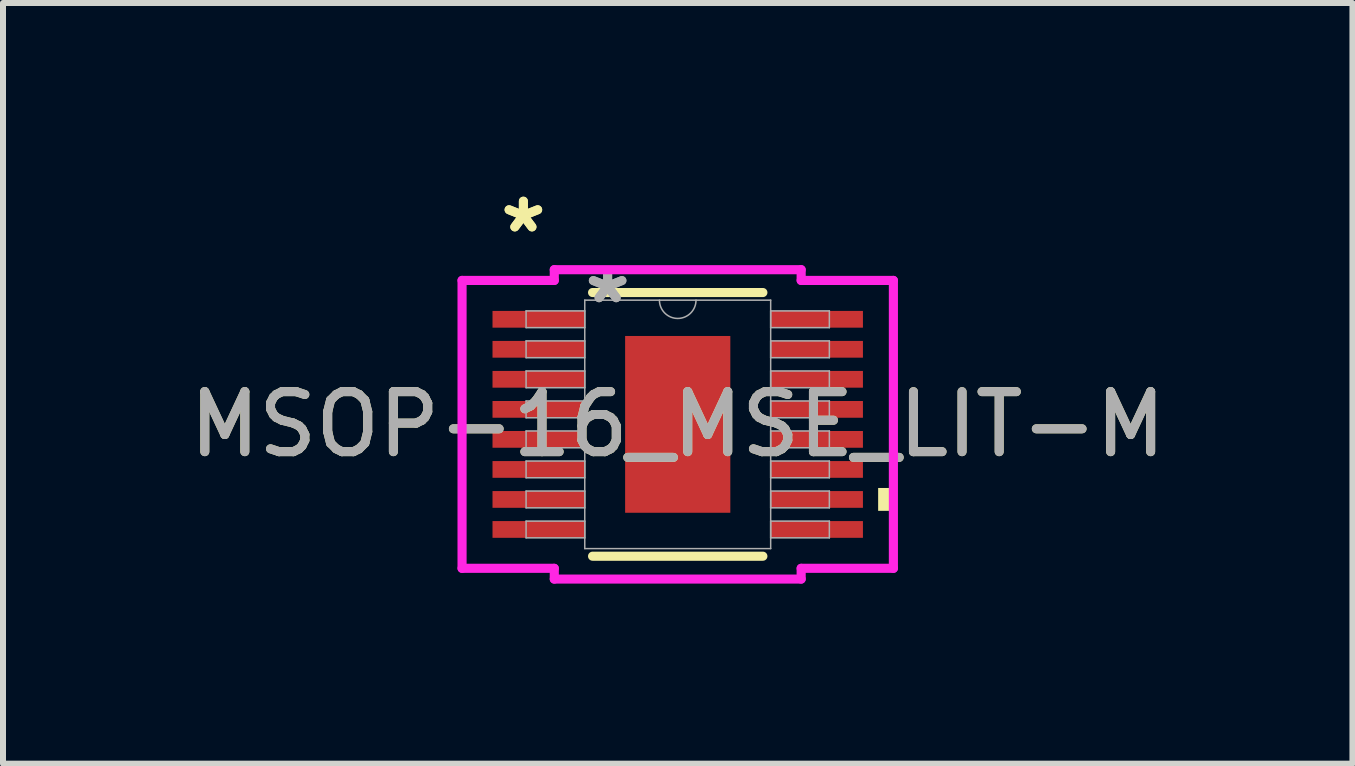
<source format=kicad_pcb>
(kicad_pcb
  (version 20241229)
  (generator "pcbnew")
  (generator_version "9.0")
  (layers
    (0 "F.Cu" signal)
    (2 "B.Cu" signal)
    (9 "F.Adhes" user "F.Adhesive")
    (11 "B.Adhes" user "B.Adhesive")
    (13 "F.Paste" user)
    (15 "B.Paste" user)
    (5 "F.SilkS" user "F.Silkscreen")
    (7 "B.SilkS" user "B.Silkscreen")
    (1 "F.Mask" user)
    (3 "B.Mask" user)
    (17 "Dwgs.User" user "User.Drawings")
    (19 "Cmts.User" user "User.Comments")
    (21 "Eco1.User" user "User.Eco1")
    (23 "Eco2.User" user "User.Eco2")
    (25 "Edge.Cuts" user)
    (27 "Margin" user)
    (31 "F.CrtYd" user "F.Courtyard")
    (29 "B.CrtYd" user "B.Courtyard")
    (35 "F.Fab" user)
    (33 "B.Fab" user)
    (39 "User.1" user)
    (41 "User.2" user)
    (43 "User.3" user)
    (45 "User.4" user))
  (footprint "MSOP-16_MSE_LIT-M"
    (layer "F.Cu")
    (at 8.244 4.022)
    (property "Reference" "MSOP-16_MSE_LIT-M" (at 0 0 0) (unlocked yes) (layer "F.SilkS") (effects (font (size 1 1) (thickness 0.15))))
    (attr smd)
    (fp_line (start -1.419 2.197) (end 1.419 2.197) (stroke (width 0.152) (type solid)) (layer "F.SilkS"))
    (fp_line (start 1.419 -2.197) (end -1.419 -2.197) (stroke (width 0.152) (type solid)) (layer "F.SilkS"))
    (fp_poly (pts (xy 3.594 1.06) (xy 3.594 1.441) (xy 3.34 1.441) (xy 3.34 1.06)) (stroke (width 0) (type solid)) (fill yes) (layer "F.SilkS"))
    (fp_poly (pts (xy -0.776 -1.373) (xy -0.776 -0.1) (xy 0.776 -0.1) (xy 0.776 -1.373)) (stroke (width 0) (type solid)) (fill yes) (layer "F.Paste"))
    (fp_poly (pts (xy -0.776 0.1) (xy -0.776 1.373) (xy 0.776 1.373) (xy 0.776 0.1)) (stroke (width 0) (type solid)) (fill yes) (layer "F.Paste"))
    (fp_line (start -3.594 -2.399) (end -2.057 -2.399) (stroke (width 0.152) (type solid)) (layer "F.CrtYd"))
    (fp_line (start -3.594 2.399) (end -3.594 -2.399) (stroke (width 0.152) (type solid)) (layer "F.CrtYd"))
    (fp_line (start -3.594 2.399) (end -2.057 2.399) (stroke (width 0.152) (type solid)) (layer "F.CrtYd"))
    (fp_line (start -2.057 -2.578) (end 2.057 -2.578) (stroke (width 0.152) (type solid)) (layer "F.CrtYd"))
    (fp_line (start -2.057 -2.399) (end -2.057 -2.578) (stroke (width 0.152) (type solid)) (layer "F.CrtYd"))
    (fp_line (start -2.057 2.578) (end -2.057 2.399) (stroke (width 0.152) (type solid)) (layer "F.CrtYd"))
    (fp_line (start 2.057 -2.578) (end 2.057 -2.399) (stroke (width 0.152) (type solid)) (layer "F.CrtYd"))
    (fp_line (start 2.057 2.399) (end 2.057 2.578) (stroke (width 0.152) (type solid)) (layer "F.CrtYd"))
    (fp_line (start 2.057 2.578) (end -2.057 2.578) (stroke (width 0.152) (type solid)) (layer "F.CrtYd"))
    (fp_line (start 3.594 -2.399) (end 2.057 -2.399) (stroke (width 0.152) (type solid)) (layer "F.CrtYd"))
    (fp_line (start 3.594 -2.399) (end 3.594 2.399) (stroke (width 0.152) (type solid)) (layer "F.CrtYd"))
    (fp_line (start 3.594 2.399) (end 2.057 2.399) (stroke (width 0.152) (type solid)) (layer "F.CrtYd"))
    (fp_line (start -2.527 -1.891) (end -2.527 -1.612) (stroke (width 0.025) (type solid)) (layer "F.Fab"))
    (fp_line (start -2.527 -1.612) (end -1.549 -1.612) (stroke (width 0.025) (type solid)) (layer "F.Fab"))
    (fp_line (start -2.527 -1.391) (end -2.527 -1.111) (stroke (width 0.025) (type solid)) (layer "F.Fab"))
    (fp_line (start -2.527 -1.111) (end -1.549 -1.111) (stroke (width 0.025) (type solid)) (layer "F.Fab"))
    (fp_line (start -2.527 -0.89) (end -2.527 -0.611) (stroke (width 0.025) (type solid)) (layer "F.Fab"))
    (fp_line (start -2.527 -0.611) (end -1.549 -0.611) (stroke (width 0.025) (type solid)) (layer "F.Fab"))
    (fp_line (start -2.527 -0.39) (end -2.527 -0.11) (stroke (width 0.025) (type solid)) (layer "F.Fab"))
    (fp_line (start -2.527 -0.11) (end -1.549 -0.11) (stroke (width 0.025) (type solid)) (layer "F.Fab"))
    (fp_line (start -2.527 0.11) (end -2.527 0.39) (stroke (width 0.025) (type solid)) (layer "F.Fab"))
    (fp_line (start -2.527 0.39) (end -1.549 0.39) (stroke (width 0.025) (type solid)) (layer "F.Fab"))
    (fp_line (start -2.527 0.611) (end -2.527 0.89) (stroke (width 0.025) (type solid)) (layer "F.Fab"))
    (fp_line (start -2.527 0.89) (end -1.549 0.89) (stroke (width 0.025) (type solid)) (layer "F.Fab"))
    (fp_line (start -2.527 1.111) (end -2.527 1.391) (stroke (width 0.025) (type solid)) (layer "F.Fab"))
    (fp_line (start -2.527 1.391) (end -1.549 1.391) (stroke (width 0.025) (type solid)) (layer "F.Fab"))
    (fp_line (start -2.527 1.612) (end -2.527 1.891) (stroke (width 0.025) (type solid)) (layer "F.Fab"))
    (fp_line (start -2.527 1.891) (end -1.549 1.891) (stroke (width 0.025) (type solid)) (layer "F.Fab"))
    (fp_line (start -1.549 -2.07) (end -1.549 2.07) (stroke (width 0.025) (type solid)) (layer "F.Fab"))
    (fp_line (start -1.549 -1.891) (end -2.527 -1.891) (stroke (width 0.025) (type solid)) (layer "F.Fab"))
    (fp_line (start -1.549 -1.612) (end -1.549 -1.891) (stroke (width 0.025) (type solid)) (layer "F.Fab"))
    (fp_line (start -1.549 -1.391) (end -2.527 -1.391) (stroke (width 0.025) (type solid)) (layer "F.Fab"))
    (fp_line (start -1.549 -1.111) (end -1.549 -1.391) (stroke (width 0.025) (type solid)) (layer "F.Fab"))
    (fp_line (start -1.549 -0.89) (end -2.527 -0.89) (stroke (width 0.025) (type solid)) (layer "F.Fab"))
    (fp_line (start -1.549 -0.611) (end -1.549 -0.89) (stroke (width 0.025) (type solid)) (layer "F.Fab"))
    (fp_line (start -1.549 -0.39) (end -2.527 -0.39) (stroke (width 0.025) (type solid)) (layer "F.Fab"))
    (fp_line (start -1.549 -0.11) (end -1.549 -0.39) (stroke (width 0.025) (type solid)) (layer "F.Fab"))
    (fp_line (start -1.549 0.11) (end -2.527 0.11) (stroke (width 0.025) (type solid)) (layer "F.Fab"))
    (fp_line (start -1.549 0.39) (end -1.549 0.11) (stroke (width 0.025) (type solid)) (layer "F.Fab"))
    (fp_line (start -1.549 0.611) (end -2.527 0.611) (stroke (width 0.025) (type solid)) (layer "F.Fab"))
    (fp_line (start -1.549 0.89) (end -1.549 0.611) (stroke (width 0.025) (type solid)) (layer "F.Fab"))
    (fp_line (start -1.549 1.111) (end -2.527 1.111) (stroke (width 0.025) (type solid)) (layer "F.Fab"))
    (fp_line (start -1.549 1.391) (end -1.549 1.111) (stroke (width 0.025) (type solid)) (layer "F.Fab"))
    (fp_line (start -1.549 1.612) (end -2.527 1.612) (stroke (width 0.025) (type solid)) (layer "F.Fab"))
    (fp_line (start -1.549 1.891) (end -1.549 1.612) (stroke (width 0.025) (type solid)) (layer "F.Fab"))
    (fp_line (start -1.549 2.07) (end 1.549 2.07) (stroke (width 0.025) (type solid)) (layer "F.Fab"))
    (fp_line (start 1.549 -2.07) (end -1.549 -2.07) (stroke (width 0.025) (type solid)) (layer "F.Fab"))
    (fp_line (start 1.549 -1.891) (end 1.549 -1.612) (stroke (width 0.025) (type solid)) (layer "F.Fab"))
    (fp_line (start 1.549 -1.612) (end 2.527 -1.612) (stroke (width 0.025) (type solid)) (layer "F.Fab"))
    (fp_line (start 1.549 -1.391) (end 1.549 -1.111) (stroke (width 0.025) (type solid)) (layer "F.Fab"))
    (fp_line (start 1.549 -1.111) (end 2.527 -1.111) (stroke (width 0.025) (type solid)) (layer "F.Fab"))
    (fp_line (start 1.549 -0.89) (end 1.549 -0.611) (stroke (width 0.025) (type solid)) (layer "F.Fab"))
    (fp_line (start 1.549 -0.611) (end 2.527 -0.611) (stroke (width 0.025) (type solid)) (layer "F.Fab"))
    (fp_line (start 1.549 -0.39) (end 1.549 -0.11) (stroke (width 0.025) (type solid)) (layer "F.Fab"))
    (fp_line (start 1.549 -0.11) (end 2.527 -0.11) (stroke (width 0.025) (type solid)) (layer "F.Fab"))
    (fp_line (start 1.549 0.11) (end 1.549 0.39) (stroke (width 0.025) (type solid)) (layer "F.Fab"))
    (fp_line (start 1.549 0.39) (end 2.527 0.39) (stroke (width 0.025) (type solid)) (layer "F.Fab"))
    (fp_line (start 1.549 0.611) (end 1.549 0.89) (stroke (width 0.025) (type solid)) (layer "F.Fab"))
    (fp_line (start 1.549 0.89) (end 2.527 0.89) (stroke (width 0.025) (type solid)) (layer "F.Fab"))
    (fp_line (start 1.549 1.111) (end 1.549 1.391) (stroke (width 0.025) (type solid)) (layer "F.Fab"))
    (fp_line (start 1.549 1.391) (end 2.527 1.391) (stroke (width 0.025) (type solid)) (layer "F.Fab"))
    (fp_line (start 1.549 1.612) (end 1.549 1.891) (stroke (width 0.025) (type solid)) (layer "F.Fab"))
    (fp_line (start 1.549 1.891) (end 2.527 1.891) (stroke (width 0.025) (type solid)) (layer "F.Fab"))
    (fp_line (start 1.549 2.07) (end 1.549 -2.07) (stroke (width 0.025) (type solid)) (layer "F.Fab"))
    (fp_line (start 2.527 -1.891) (end 1.549 -1.891) (stroke (width 0.025) (type solid)) (layer "F.Fab"))
    (fp_line (start 2.527 -1.612) (end 2.527 -1.891) (stroke (width 0.025) (type solid)) (layer "F.Fab"))
    (fp_line (start 2.527 -1.391) (end 1.549 -1.391) (stroke (width 0.025) (type solid)) (layer "F.Fab"))
    (fp_line (start 2.527 -1.111) (end 2.527 -1.391) (stroke (width 0.025) (type solid)) (layer "F.Fab"))
    (fp_line (start 2.527 -0.89) (end 1.549 -0.89) (stroke (width 0.025) (type solid)) (layer "F.Fab"))
    (fp_line (start 2.527 -0.611) (end 2.527 -0.89) (stroke (width 0.025) (type solid)) (layer "F.Fab"))
    (fp_line (start 2.527 -0.39) (end 1.549 -0.39) (stroke (width 0.025) (type solid)) (layer "F.Fab"))
    (fp_line (start 2.527 -0.11) (end 2.527 -0.39) (stroke (width 0.025) (type solid)) (layer "F.Fab"))
    (fp_line (start 2.527 0.11) (end 1.549 0.11) (stroke (width 0.025) (type solid)) (layer "F.Fab"))
    (fp_line (start 2.527 0.39) (end 2.527 0.11) (stroke (width 0.025) (type solid)) (layer "F.Fab"))
    (fp_line (start 2.527 0.611) (end 1.549 0.611) (stroke (width 0.025) (type solid)) (layer "F.Fab"))
    (fp_line (start 2.527 0.89) (end 2.527 0.611) (stroke (width 0.025) (type solid)) (layer "F.Fab"))
    (fp_line (start 2.527 1.111) (end 1.549 1.111) (stroke (width 0.025) (type solid)) (layer "F.Fab"))
    (fp_line (start 2.527 1.391) (end 2.527 1.111) (stroke (width 0.025) (type solid)) (layer "F.Fab"))
    (fp_line (start 2.527 1.612) (end 1.549 1.612) (stroke (width 0.025) (type solid)) (layer "F.Fab"))
    (fp_line (start 2.527 1.891) (end 2.527 1.612) (stroke (width 0.025) (type solid)) (layer "F.Fab"))
    (fp_arc (start 0.3048 -2.0701) (mid 0 -1.7653) (end -0.3048 -2.0701) (stroke (width 0.0254) (type solid)) (layer "F.Fab"))
    (fp_text user "*" (at -2.572 -3.174 0) (layer "F.SilkS") (effects (font (size 1 1) (thickness 0.15))))
    (fp_text user "*" (at -2.572 -3.174 0) (unlocked yes) (layer "F.SilkS") (effects (font (size 1 1) (thickness 0.15))))
    (fp_text user "${REFERENCE}" (at 0 0 0) (unlocked yes) (layer "F.Fab") (effects (font (size 1 1) (thickness 0.15))))
    (fp_text user "*" (at -1.168 -1.994 0) (unlocked yes) (layer "F.Fab") (effects (font (size 1 1) (thickness 0.15))))
    (fp_text user "*" (at -1.168 -1.994 0) (layer "F.Fab") (effects (font (size 1 1) (thickness 0.15))))
    (pad "1" smd rect (at -2.318 -1.751) (size 1.537 0.279) (layers "F.Cu" "F.Mask" "F.Paste"))
    (pad "2" smd rect (at -2.318 -1.251) (size 1.537 0.279) (layers "F.Cu" "F.Mask" "F.Paste"))
    (pad "3" smd rect (at -2.318 -0.751) (size 1.537 0.279) (layers "F.Cu" "F.Mask" "F.Paste"))
    (pad "4" smd rect (at -2.318 -0.25) (size 1.537 0.279) (layers "F.Cu" "F.Mask" "F.Paste"))
    (pad "5" smd rect (at -2.318 0.25) (size 1.537 0.279) (layers "F.Cu" "F.Mask" "F.Paste"))
    (pad "6" smd rect (at -2.318 0.751) (size 1.537 0.279) (layers "F.Cu" "F.Mask" "F.Paste"))
    (pad "7" smd rect (at -2.318 1.251) (size 1.537 0.279) (layers "F.Cu" "F.Mask" "F.Paste"))
    (pad "8" smd rect (at -2.318 1.751) (size 1.537 0.279) (layers "F.Cu" "F.Mask" "F.Paste"))
    (pad "9" smd rect (at 2.318 1.751) (size 1.537 0.279) (layers "F.Cu" "F.Mask" "F.Paste"))
    (pad "10" smd rect (at 2.318 1.251) (size 1.537 0.279) (layers "F.Cu" "F.Mask" "F.Paste"))
    (pad "11" smd rect (at 2.318 0.751) (size 1.537 0.279) (layers "F.Cu" "F.Mask" "F.Paste"))
    (pad "12" smd rect (at 2.318 0.25) (size 1.537 0.279) (layers "F.Cu" "F.Mask" "F.Paste"))
    (pad "13" smd rect (at 2.318 -0.25) (size 1.537 0.279) (layers "F.Cu" "F.Mask" "F.Paste"))
    (pad "14" smd rect (at 2.318 -0.751) (size 1.537 0.279) (layers "F.Cu" "F.Mask" "F.Paste"))
    (pad "15" smd rect (at 2.318 -1.251) (size 1.537 0.279) (layers "F.Cu" "F.Mask" "F.Paste"))
    (pad "16" smd rect (at 2.318 -1.751) (size 1.537 0.279) (layers "F.Cu" "F.Mask" "F.Paste"))
    (pad "EPAD" smd rect (at 0 0) (size 1.753 2.946) (layers "F.Cu" "F.Mask")))
  (gr_rect
    (start -3 -3)
    (end 19.488 9.676)
    (stroke (width 0.1) (type default))
    (fill no)
    (layer "Edge.Cuts")))
</source>
